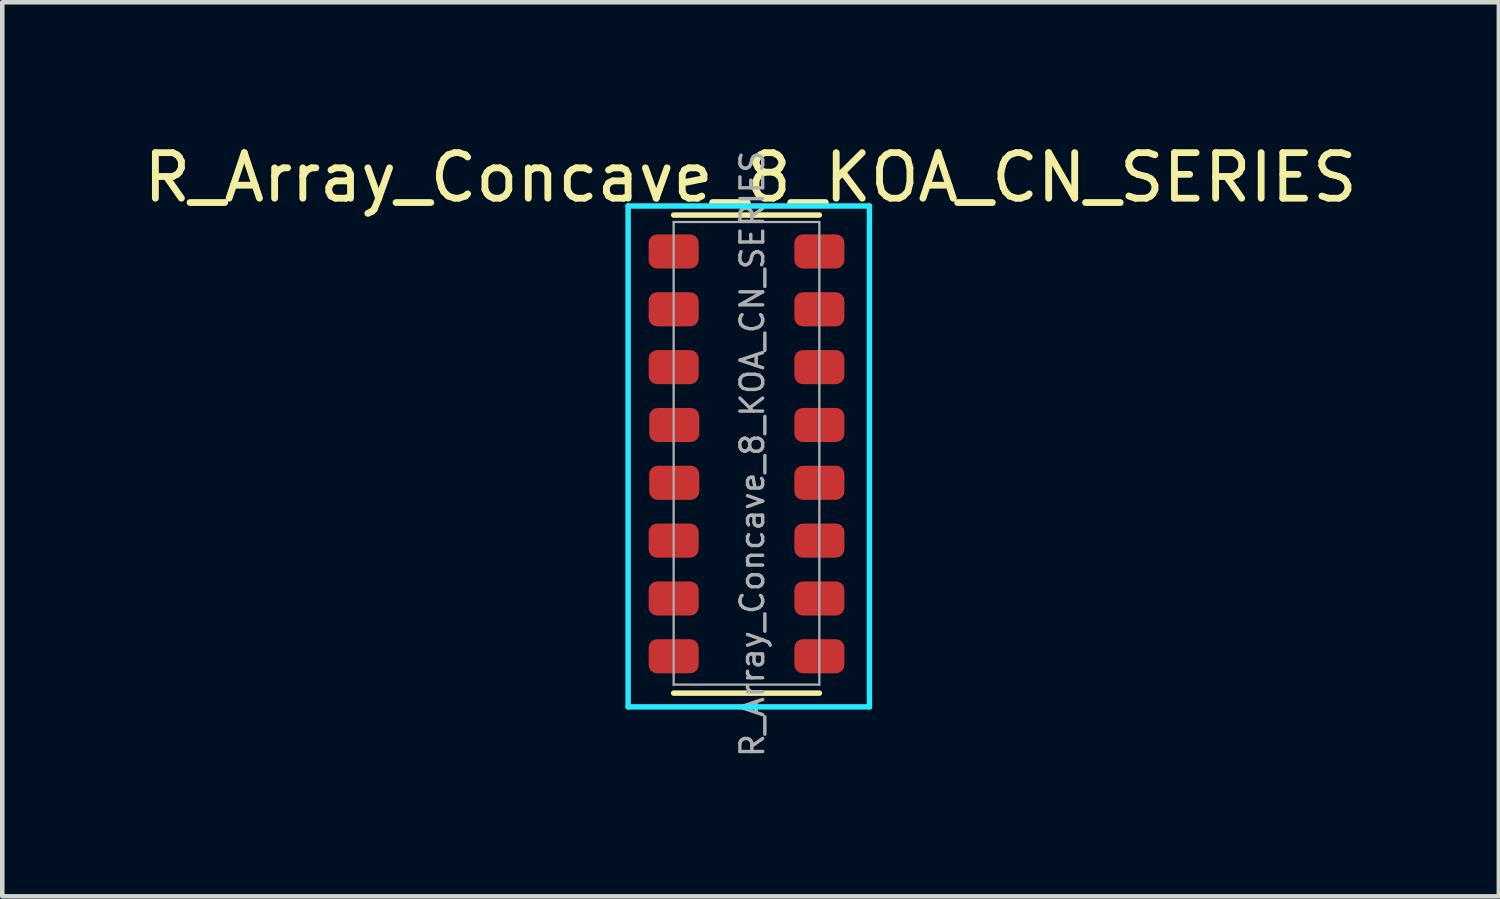
<source format=kicad_pcb>
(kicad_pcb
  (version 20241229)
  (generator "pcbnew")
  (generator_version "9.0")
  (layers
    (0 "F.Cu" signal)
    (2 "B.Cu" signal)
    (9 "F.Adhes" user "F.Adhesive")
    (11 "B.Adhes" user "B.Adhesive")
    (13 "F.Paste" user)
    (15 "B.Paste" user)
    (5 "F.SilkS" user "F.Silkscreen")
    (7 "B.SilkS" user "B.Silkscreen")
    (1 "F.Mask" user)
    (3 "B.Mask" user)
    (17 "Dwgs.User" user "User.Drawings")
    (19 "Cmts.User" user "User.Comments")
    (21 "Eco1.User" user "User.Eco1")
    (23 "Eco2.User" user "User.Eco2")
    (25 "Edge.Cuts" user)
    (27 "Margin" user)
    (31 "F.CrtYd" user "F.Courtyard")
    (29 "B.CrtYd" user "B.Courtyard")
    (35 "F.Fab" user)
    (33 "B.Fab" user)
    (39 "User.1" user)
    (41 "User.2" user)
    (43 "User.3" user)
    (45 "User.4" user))
  (footprint "R_Array_Concave_8_KOA_CN_SERIES"
    (layer "F.Cu")
    (at 13.409 5.966)
    (property "Reference" "R_Array_Concave_8_KOA_CN_SERIES" (at 0.025 -5.118 0) (layer "F.SilkS") (effects (font (size 1 1) (thickness 0.15))))
    (attr through_hole)
    (fp_line (start -1.664 -4.293) (end 1.536 -4.293) (stroke (width 0.12) (type solid)) (layer "F.SilkS"))
    (fp_line (start -1.664 6.207) (end 1.536 6.207) (stroke (width 0.12) (type solid)) (layer "F.SilkS"))
    (fp_line (start -2.664 -4.492) (end -2.664 6.508) (stroke (width 0.12) (type solid)) (layer "B.CrtYd"))
    (fp_line (start -2.664 6.508) (end 2.636 6.508) (stroke (width 0.12) (type solid)) (layer "B.CrtYd"))
    (fp_line (start 2.636 -4.492) (end -2.664 -4.492) (stroke (width 0.12) (type solid)) (layer "B.CrtYd"))
    (fp_line (start 2.636 6.508) (end 2.636 -4.492) (stroke (width 0.12) (type solid)) (layer "B.CrtYd"))
    (fp_line (start -1.664 -4.14) (end -1.664 6.02) (stroke (width 0.05) (type solid)) (layer "F.Fab"))
    (fp_line (start -1.664 -4.14) (end 1.536 -4.14) (stroke (width 0.05) (type solid)) (layer "F.Fab"))
    (fp_line (start -1.664 6.02) (end 1.536 6.02) (stroke (width 0.05) (type solid)) (layer "F.Fab"))
    (fp_line (start 1.536 -4.14) (end 1.536 6.02) (stroke (width 0.05) (type solid)) (layer "F.Fab"))
    (fp_text user "${REFERENCE}" (at 0.064 0.953 90) (layer "F.Fab") (effects (font (size 0.5 0.5) (thickness 0.075))))
    (pad "1" smd roundrect (at -1.664 -3.493 90) (size 0.75 1.1) (layers "F.Cu" "F.Mask" "F.Paste") (roundrect_rratio 0.25))
    (pad "2" smd roundrect (at -1.664 -2.223 90) (size 0.75 1.1) (layers "F.Cu" "F.Mask" "F.Paste") (roundrect_rratio 0.25))
    (pad "3" smd roundrect (at -1.664 -0.953 90) (size 0.75 1.1) (layers "F.Cu" "F.Mask" "F.Paste") (roundrect_rratio 0.25))
    (pad "4" smd roundrect (at -1.651 0.318 90) (size 0.75 1.1) (layers "F.Cu" "F.Mask" "F.Paste") (roundrect_rratio 0.25))
    (pad "5" smd roundrect (at -1.651 1.587 90) (size 0.75 1.1) (layers "F.Cu" "F.Mask" "F.Paste") (roundrect_rratio 0.25))
    (pad "6" smd roundrect (at -1.664 2.857 90) (size 0.75 1.1) (layers "F.Cu" "F.Mask" "F.Paste") (roundrect_rratio 0.25))
    (pad "7" smd roundrect (at -1.664 4.128 90) (size 0.75 1.1) (layers "F.Cu" "F.Mask" "F.Paste") (roundrect_rratio 0.25))
    (pad "8" smd roundrect (at -1.664 5.397 90) (size 0.75 1.1) (layers "F.Cu" "F.Mask" "F.Paste") (roundrect_rratio 0.25))
    (pad "9" smd roundrect (at 1.537 5.397 90) (size 0.75 1.1) (layers "F.Cu" "F.Mask" "F.Paste") (roundrect_rratio 0.25))
    (pad "10" smd roundrect (at 1.537 4.128 90) (size 0.75 1.1) (layers "F.Cu" "F.Mask" "F.Paste") (roundrect_rratio 0.25))
    (pad "11" smd roundrect (at 1.537 2.857 90) (size 0.75 1.1) (layers "F.Cu" "F.Mask" "F.Paste") (roundrect_rratio 0.25))
    (pad "12" smd roundrect (at 1.537 1.587 90) (size 0.75 1.1) (layers "F.Cu" "F.Mask" "F.Paste") (roundrect_rratio 0.25))
    (pad "13" smd roundrect (at 1.537 0.318 90) (size 0.75 1.1) (layers "F.Cu" "F.Mask" "F.Paste") (roundrect_rratio 0.25))
    (pad "14" smd roundrect (at 1.537 -0.953 90) (size 0.75 1.1) (layers "F.Cu" "F.Mask" "F.Paste") (roundrect_rratio 0.25))
    (pad "15" smd roundrect (at 1.537 -2.223 90) (size 0.75 1.1) (layers "F.Cu" "F.Mask" "F.Paste") (roundrect_rratio 0.25))
    (pad "16" smd roundrect (at 1.537 -3.493 90) (size 0.75 1.1) (layers "F.Cu" "F.Mask" "F.Paste") (roundrect_rratio 0.25)))
  (gr_rect
    (start -3 -3)
    (end 29.869 16.636)
    (stroke (width 0.1) (type default))
    (fill no)
    (layer "Edge.Cuts")))
</source>
